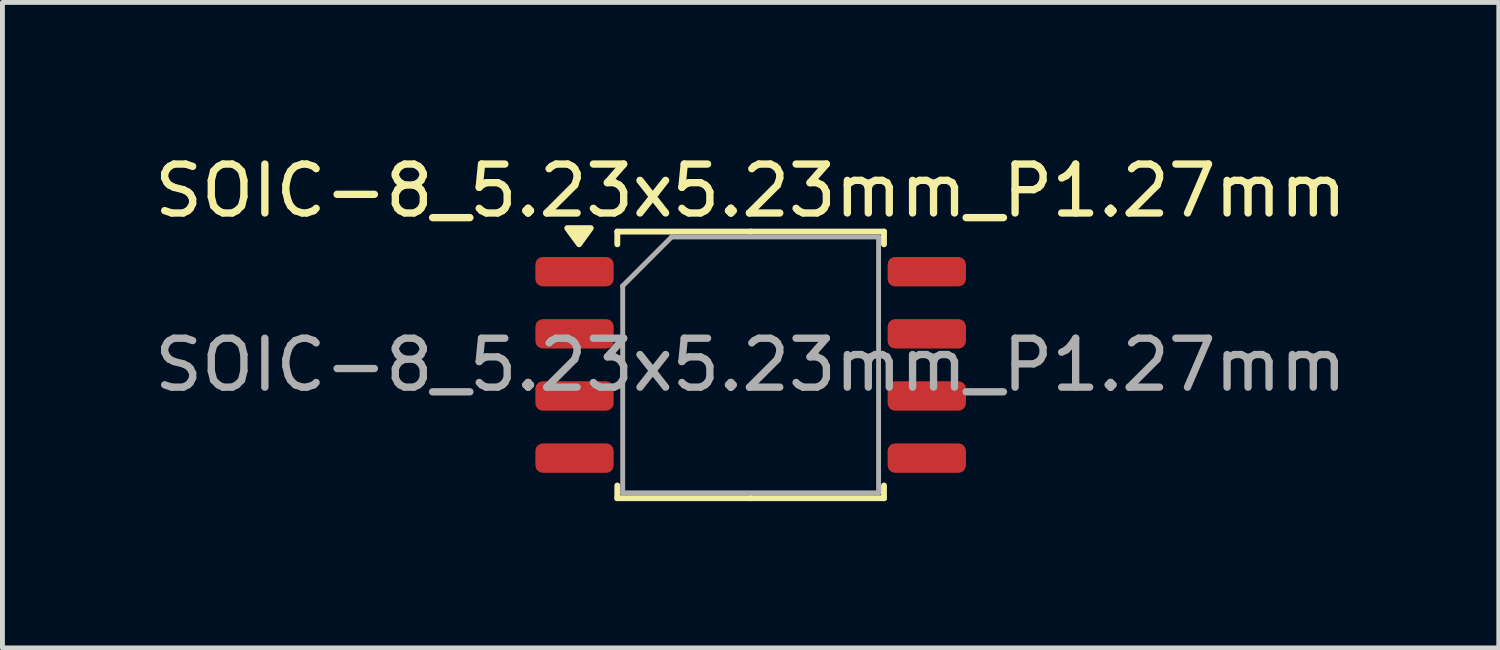
<source format=kicad_pcb>
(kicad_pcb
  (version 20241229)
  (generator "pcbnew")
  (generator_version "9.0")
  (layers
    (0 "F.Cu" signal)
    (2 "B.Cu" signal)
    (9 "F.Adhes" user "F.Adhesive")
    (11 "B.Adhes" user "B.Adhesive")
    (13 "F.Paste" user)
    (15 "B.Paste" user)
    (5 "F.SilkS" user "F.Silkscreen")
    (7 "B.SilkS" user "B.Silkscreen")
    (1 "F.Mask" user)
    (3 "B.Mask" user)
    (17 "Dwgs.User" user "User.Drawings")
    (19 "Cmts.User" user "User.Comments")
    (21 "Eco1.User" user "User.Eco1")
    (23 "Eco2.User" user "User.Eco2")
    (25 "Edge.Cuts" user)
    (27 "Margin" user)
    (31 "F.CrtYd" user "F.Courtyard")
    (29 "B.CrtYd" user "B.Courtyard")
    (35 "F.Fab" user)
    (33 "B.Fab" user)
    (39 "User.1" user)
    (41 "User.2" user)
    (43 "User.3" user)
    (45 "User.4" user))
  (footprint "SOIC-8_5.23x5.23mm_P1.27mm"
    (layer "F.Cu")
    (at 12.292 4.408)
    (property "Reference" "SOIC-8_5.23x5.23mm_P1.27mm" (at 0 -3.56 0) (layer "F.SilkS") (effects (font (size 1 1) (thickness 0.15))))
    (attr smd)
    (fp_line (start -2.725 -2.725) (end -2.725 -2.465) (stroke (width 0.12) (type solid)) (layer "F.SilkS"))
    (fp_line (start -2.725 2.725) (end -2.725 2.465) (stroke (width 0.12) (type solid)) (layer "F.SilkS"))
    (fp_line (start 0 -2.725) (end -2.725 -2.725) (stroke (width 0.12) (type solid)) (layer "F.SilkS"))
    (fp_line (start 0 -2.725) (end 2.725 -2.725) (stroke (width 0.12) (type solid)) (layer "F.SilkS"))
    (fp_line (start 0 2.725) (end -2.725 2.725) (stroke (width 0.12) (type solid)) (layer "F.SilkS"))
    (fp_line (start 0 2.725) (end 2.725 2.725) (stroke (width 0.12) (type solid)) (layer "F.SilkS"))
    (fp_line (start 2.725 -2.725) (end 2.725 -2.465) (stroke (width 0.12) (type solid)) (layer "F.SilkS"))
    (fp_line (start 2.725 2.725) (end 2.725 2.465) (stroke (width 0.12) (type solid)) (layer "F.SilkS"))
    (fp_poly (pts (xy -3.507 -2.465) (xy -3.748 -2.795) (xy -3.268 -2.795) (xy -3.507 -2.465)) (stroke (width 0.12) (type solid)) (fill yes) (layer "F.SilkS"))
    (fp_line (start -2.615 -1.615) (end -1.615 -2.615) (stroke (width 0.1) (type solid)) (layer "F.Fab"))
    (fp_line (start -2.615 2.615) (end -2.615 -1.615) (stroke (width 0.1) (type solid)) (layer "F.Fab"))
    (fp_line (start -1.615 -2.615) (end 2.615 -2.615) (stroke (width 0.1) (type solid)) (layer "F.Fab"))
    (fp_line (start 2.615 -2.615) (end 2.615 2.615) (stroke (width 0.1) (type solid)) (layer "F.Fab"))
    (fp_line (start 2.615 2.615) (end -2.615 2.615) (stroke (width 0.1) (type solid)) (layer "F.Fab"))
    (fp_text user "${REFERENCE}" (at 0 0 0) (layer "F.Fab") (effects (font (size 1 1) (thickness 0.15))))
    (pad "1" smd roundrect (at -3.6 -1.905) (size 1.6 0.6) (layers "F.Cu" "F.Mask" "F.Paste") (roundrect_rratio 0.25))
    (pad "2" smd roundrect (at -3.6 -0.635) (size 1.6 0.6) (layers "F.Cu" "F.Mask" "F.Paste") (roundrect_rratio 0.25))
    (pad "3" smd roundrect (at -3.6 0.635) (size 1.6 0.6) (layers "F.Cu" "F.Mask" "F.Paste") (roundrect_rratio 0.25))
    (pad "4" smd roundrect (at -3.6 1.905) (size 1.6 0.6) (layers "F.Cu" "F.Mask" "F.Paste") (roundrect_rratio 0.25))
    (pad "5" smd roundrect (at 3.6 1.905) (size 1.6 0.6) (layers "F.Cu" "F.Mask" "F.Paste") (roundrect_rratio 0.25))
    (pad "6" smd roundrect (at 3.6 0.635) (size 1.6 0.6) (layers "F.Cu" "F.Mask" "F.Paste") (roundrect_rratio 0.25))
    (pad "7" smd roundrect (at 3.6 -0.635) (size 1.6 0.6) (layers "F.Cu" "F.Mask" "F.Paste") (roundrect_rratio 0.25))
    (pad "8" smd roundrect (at 3.6 -1.905) (size 1.6 0.6) (layers "F.Cu" "F.Mask" "F.Paste") (roundrect_rratio 0.25)))
  (gr_rect
    (start -3 -3)
    (end 27.583 10.193)
    (stroke (width 0.1) (type default))
    (fill no)
    (layer "Edge.Cuts")))
</source>
